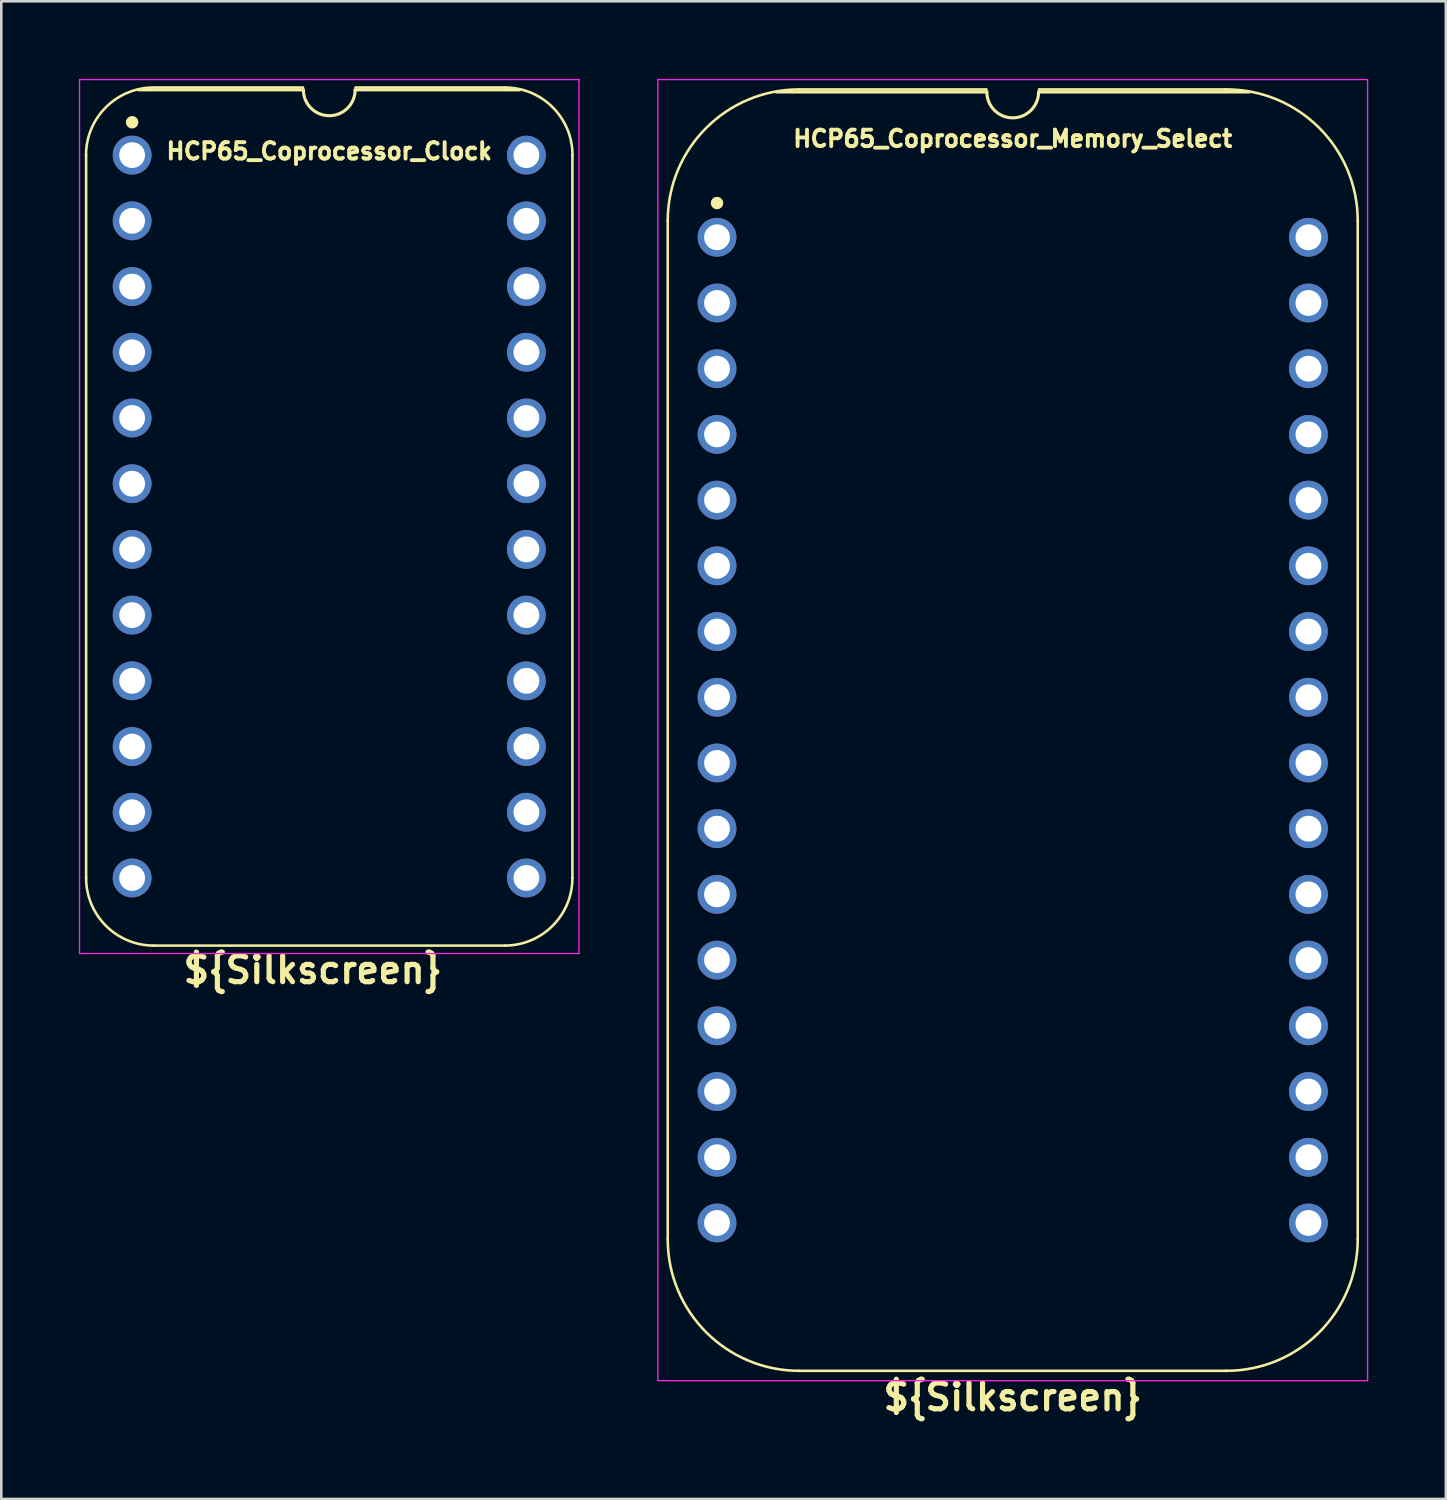
<source format=kicad_pcb>
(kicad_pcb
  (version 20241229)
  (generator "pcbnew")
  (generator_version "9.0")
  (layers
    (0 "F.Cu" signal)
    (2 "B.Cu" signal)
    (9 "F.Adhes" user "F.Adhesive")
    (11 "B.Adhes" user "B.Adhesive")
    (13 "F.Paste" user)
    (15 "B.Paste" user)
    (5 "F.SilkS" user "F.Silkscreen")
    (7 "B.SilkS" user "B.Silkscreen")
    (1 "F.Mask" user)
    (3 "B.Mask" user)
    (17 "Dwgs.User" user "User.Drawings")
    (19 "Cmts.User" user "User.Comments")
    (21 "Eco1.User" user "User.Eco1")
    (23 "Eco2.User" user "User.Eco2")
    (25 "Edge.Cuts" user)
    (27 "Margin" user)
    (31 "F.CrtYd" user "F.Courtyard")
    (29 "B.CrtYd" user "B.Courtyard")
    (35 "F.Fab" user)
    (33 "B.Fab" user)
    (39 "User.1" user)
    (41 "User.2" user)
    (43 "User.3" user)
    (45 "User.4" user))
  (footprint "HCP65_Coprocessor_Clock"
    (layer "F.Cu")
    (at 2.057 2.946)
    (property "Reference" "HCP65_Coprocessor_Clock" (at 7.62 -0.152 0) (layer "F.SilkS") (effects (font (size 0.635 0.635) (thickness 0.15))))
    (property "Silkscreen" "${Silkscreen}" (at 6.985 31.496 0) (layer "F.SilkS") (effects (font (size 1 1) (thickness 0.2))))
    (attr through_hole)
    (fp_line (start -1.778 27.94) (end -1.778 0) (stroke (width 0.1) (type solid)) (layer "F.SilkS"))
    (fp_line (start 0.832 -2.614) (end 6.604 -2.614) (stroke (width 0.1) (type solid)) (layer "F.SilkS"))
    (fp_line (start 6.62 -2.524) (end 0.254 -2.524) (stroke (width 0.12) (type solid)) (layer "F.SilkS"))
    (fp_line (start 8.636 -2.614) (end 14.408 -2.614) (stroke (width 0.1) (type solid)) (layer "F.SilkS"))
    (fp_line (start 14.404 30.554) (end 0.836 30.554) (stroke (width 0.1) (type solid)) (layer "F.SilkS"))
    (fp_line (start 14.986 -2.524) (end 8.62 -2.524) (stroke (width 0.12) (type solid)) (layer "F.SilkS"))
    (fp_line (start 17.018 27.94) (end 17.018 0) (stroke (width 0.1) (type solid)) (layer "F.SilkS"))
    (fp_arc (start -1.781544 0) (mid -1.016 -1.848188) (end 0.832188 -2.613732) (stroke (width 0.1) (type solid)) (layer "F.SilkS"))
    (fp_arc (start 0.835733 30.553733) (mid -1.012456 29.788189) (end -1.778 27.94) (stroke (width 0.1) (type solid)) (layer "F.SilkS"))
    (fp_arc (start 8.62 -2.524) (mid 7.62 -1.524) (end 6.62 -2.524) (stroke (width 0.12) (type solid)) (layer "F.SilkS"))
    (fp_arc (start 14.407812 -2.613732) (mid 16.256 -1.848188) (end 17.021544 0) (stroke (width 0.1) (type solid)) (layer "F.SilkS"))
    (fp_arc (start 17.018001 27.940001) (mid 16.252456 29.788188) (end 14.404269 30.553733) (stroke (width 0.1) (type solid)) (layer "F.SilkS"))
    (fp_circle (center 0 -1.27) (end 0.18 -1.27) (stroke (width 0.12) (type solid)) (fill yes) (layer "F.SilkS"))
    (fp_line (start -2.032 -2.921) (end -2.032 30.861) (stroke (width 0.05) (type solid)) (layer "F.CrtYd"))
    (fp_line (start -2.032 -2.921) (end 17.272 -2.921) (stroke (width 0.05) (type solid)) (layer "F.CrtYd"))
    (fp_line (start -2.032 30.861) (end 17.272 30.861) (stroke (width 0.05) (type solid)) (layer "F.CrtYd"))
    (fp_line (start 17.272 -2.921) (end 17.272 30.861) (stroke (width 0.05) (type solid)) (layer "F.CrtYd"))
    (pad "1" thru_hole circle (at 0 0) (size 1.5 1.5) (drill 1) (layers "*.Cu" "*.Mask"))
    (pad "2" thru_hole circle (at 0 2.54) (size 1.5 1.5) (drill 1) (layers "*.Cu" "*.Mask"))
    (pad "3" thru_hole circle (at 0 5.08) (size 1.5 1.5) (drill 1) (layers "*.Cu" "*.Mask"))
    (pad "4" thru_hole circle (at 0 7.62) (size 1.5 1.5) (drill 1) (layers "*.Cu" "*.Mask"))
    (pad "5" thru_hole circle (at 0 10.16) (size 1.5 1.5) (drill 1) (layers "*.Cu" "*.Mask"))
    (pad "6" thru_hole circle (at 0 12.7) (size 1.5 1.5) (drill 1) (layers "*.Cu" "*.Mask"))
    (pad "7" thru_hole circle (at 0 15.24) (size 1.5 1.5) (drill 1) (layers "*.Cu" "*.Mask"))
    (pad "8" thru_hole circle (at 0 17.78) (size 1.5 1.5) (drill 1) (layers "*.Cu" "*.Mask"))
    (pad "9" thru_hole circle (at 0 20.32) (size 1.5 1.5) (drill 1) (layers "*.Cu" "*.Mask"))
    (pad "10" thru_hole circle (at 0 22.86) (size 1.5 1.5) (drill 1) (layers "*.Cu" "*.Mask"))
    (pad "11" thru_hole circle (at 0 25.4) (size 1.5 1.5) (drill 1) (layers "*.Cu" "*.Mask"))
    (pad "12" thru_hole circle (at 0 27.94) (size 1.5 1.5) (drill 1) (layers "*.Cu" "*.Mask"))
    (pad "13" thru_hole circle (at 15.24 27.94) (size 1.5 1.5) (drill 1) (layers "*.Cu" "*.Mask"))
    (pad "14" thru_hole circle (at 15.24 25.4) (size 1.5 1.5) (drill 1) (layers "*.Cu" "*.Mask"))
    (pad "15" thru_hole circle (at 15.24 22.86) (size 1.5 1.5) (drill 1) (layers "*.Cu" "*.Mask"))
    (pad "16" thru_hole circle (at 15.24 20.32) (size 1.5 1.5) (drill 1) (layers "*.Cu" "*.Mask"))
    (pad "17" thru_hole circle (at 15.24 17.78) (size 1.5 1.5) (drill 1) (layers "*.Cu" "*.Mask"))
    (pad "18" thru_hole circle (at 15.24 15.24) (size 1.5 1.5) (drill 1) (layers "*.Cu" "*.Mask"))
    (pad "19" thru_hole circle (at 15.24 12.7) (size 1.5 1.5) (drill 1) (layers "*.Cu" "*.Mask"))
    (pad "20" thru_hole circle (at 15.24 10.16) (size 1.5 1.5) (drill 1) (layers "*.Cu" "*.Mask"))
    (pad "21" thru_hole circle (at 15.24 7.62) (size 1.5 1.5) (drill 1) (layers "*.Cu" "*.Mask"))
    (pad "22" thru_hole circle (at 15.24 5.08) (size 1.5 1.5) (drill 1) (layers "*.Cu" "*.Mask"))
    (pad "23" thru_hole circle (at 15.24 2.54) (size 1.5 1.5) (drill 1) (layers "*.Cu" "*.Mask"))
    (pad "24" thru_hole circle (at 15.24 0) (size 1.5 1.5) (drill 1) (layers "*.Cu" "*.Mask")))
  (footprint "HCP65_Coprocessor_Memory_Select"
    (layer "F.Cu")
    (at 24.665 6.121)
    (property "Reference" "HCP65_Coprocessor_Memory_Select" (at 11.43 -3.81 0) (layer "F.SilkS") (effects (font (size 0.635 0.635) (thickness 0.15))))
    (property "Silkscreen" "${Silkscreen}" (at 11.43 44.831 0) (layer "F.SilkS") (effects (font (size 1 1) (thickness 0.2))))
    (attr through_hole)
    (fp_line (start -1.905 -0.635) (end -1.905 38.735) (stroke (width 0.1) (type solid)) (layer "F.SilkS"))
    (fp_line (start 10.414 -5.715) (end 3.175 -5.715) (stroke (width 0.1) (type solid)) (layer "F.SilkS"))
    (fp_line (start 10.43 -5.616) (end 2.286 -5.616) (stroke (width 0.12) (type solid)) (layer "F.SilkS"))
    (fp_line (start 19.685 -5.715) (end 12.446 -5.715) (stroke (width 0.1) (type solid)) (layer "F.SilkS"))
    (fp_line (start 19.685 43.815) (end 3.175 43.815) (stroke (width 0.1) (type solid)) (layer "F.SilkS"))
    (fp_line (start 20.574 -5.616) (end 12.43 -5.616) (stroke (width 0.12) (type solid)) (layer "F.SilkS"))
    (fp_line (start 24.765 38.735) (end 24.765 -0.635) (stroke (width 0.1) (type solid)) (layer "F.SilkS"))
    (fp_arc (start -1.905 -0.635) (mid -0.417102 -4.227102) (end 3.175 -5.715) (stroke (width 0.1) (type solid)) (layer "F.SilkS"))
    (fp_arc (start 3.175 43.815) (mid -0.417102 42.327102) (end -1.905 38.735) (stroke (width 0.1) (type solid)) (layer "F.SilkS"))
    (fp_arc (start 12.43 -5.616) (mid 11.43 -4.616) (end 10.43 -5.616) (stroke (width 0.12) (type solid)) (layer "F.SilkS"))
    (fp_arc (start 19.685 -5.715) (mid 23.277102 -4.227102) (end 24.765 -0.635) (stroke (width 0.1) (type solid)) (layer "F.SilkS"))
    (fp_arc (start 24.765 38.735) (mid 23.277102 42.327102) (end 19.685 43.815) (stroke (width 0.1) (type solid)) (layer "F.SilkS"))
    (fp_circle (center 0 -1.323) (end 0.18 -1.323) (stroke (width 0.12) (type solid)) (fill yes) (layer "F.SilkS"))
    (fp_line (start -2.286 -6.096) (end -2.286 44.196) (stroke (width 0.05) (type solid)) (layer "F.CrtYd"))
    (fp_line (start -2.286 -6.096) (end 25.146 -6.096) (stroke (width 0.05) (type solid)) (layer "F.CrtYd"))
    (fp_line (start -2.286 44.196) (end 25.146 44.196) (stroke (width 0.05) (type solid)) (layer "F.CrtYd"))
    (fp_line (start 25.146 44.196) (end 25.146 -6.096) (stroke (width 0.05) (type solid)) (layer "F.CrtYd"))
    (pad "1" thru_hole circle (at 0 0) (size 1.5 1.5) (drill 1) (layers "*.Cu" "*.Mask"))
    (pad "2" thru_hole circle (at 0 2.54) (size 1.5 1.5) (drill 1) (layers "*.Cu" "*.Mask"))
    (pad "3" thru_hole circle (at 0 5.08) (size 1.5 1.5) (drill 1) (layers "*.Cu" "*.Mask"))
    (pad "4" thru_hole circle (at 0 7.62) (size 1.5 1.5) (drill 1) (layers "*.Cu" "*.Mask"))
    (pad "5" thru_hole circle (at 0 10.16) (size 1.5 1.5) (drill 1) (layers "*.Cu" "*.Mask"))
    (pad "6" thru_hole circle (at 0 12.7) (size 1.5 1.5) (drill 1) (layers "*.Cu" "*.Mask"))
    (pad "7" thru_hole circle (at 0 15.24) (size 1.5 1.5) (drill 1) (layers "*.Cu" "*.Mask"))
    (pad "8" thru_hole circle (at 0 17.78) (size 1.5 1.5) (drill 1) (layers "*.Cu" "*.Mask"))
    (pad "9" thru_hole circle (at 0 20.32) (size 1.5 1.5) (drill 1) (layers "*.Cu" "*.Mask"))
    (pad "10" thru_hole circle (at 0 22.86) (size 1.5 1.5) (drill 1) (layers "*.Cu" "*.Mask"))
    (pad "11" thru_hole circle (at 0 25.4) (size 1.5 1.5) (drill 1) (layers "*.Cu" "*.Mask"))
    (pad "12" thru_hole circle (at 0 27.94) (size 1.5 1.5) (drill 1) (layers "*.Cu" "*.Mask"))
    (pad "13" thru_hole circle (at 0 30.48) (size 1.5 1.5) (drill 1) (layers "*.Cu" "*.Mask"))
    (pad "14" thru_hole circle (at 0 33.02) (size 1.5 1.5) (drill 1) (layers "*.Cu" "*.Mask"))
    (pad "15" thru_hole circle (at 0 35.56) (size 1.5 1.5) (drill 1) (layers "*.Cu" "*.Mask"))
    (pad "16" thru_hole circle (at 0 38.1) (size 1.5 1.5) (drill 1) (layers "*.Cu" "*.Mask"))
    (pad "17" thru_hole circle (at 22.86 38.1) (size 1.5 1.5) (drill 1) (layers "*.Cu" "*.Mask"))
    (pad "18" thru_hole circle (at 22.86 35.56) (size 1.5 1.5) (drill 1) (layers "*.Cu" "*.Mask"))
    (pad "19" thru_hole circle (at 22.86 33.02) (size 1.5 1.5) (drill 1) (layers "*.Cu" "*.Mask"))
    (pad "20" thru_hole circle (at 22.86 30.48) (size 1.5 1.5) (drill 1) (layers "*.Cu" "*.Mask"))
    (pad "21" thru_hole circle (at 22.86 27.94) (size 1.5 1.5) (drill 1) (layers "*.Cu" "*.Mask"))
    (pad "22" thru_hole circle (at 22.86 25.4) (size 1.5 1.5) (drill 1) (layers "*.Cu" "*.Mask"))
    (pad "23" thru_hole circle (at 22.86 22.86) (size 1.5 1.5) (drill 1) (layers "*.Cu" "*.Mask"))
    (pad "24" thru_hole circle (at 22.86 20.32) (size 1.5 1.5) (drill 1) (layers "*.Cu" "*.Mask"))
    (pad "25" thru_hole circle (at 22.86 17.78) (size 1.5 1.5) (drill 1) (layers "*.Cu" "*.Mask"))
    (pad "26" thru_hole circle (at 22.86 15.24) (size 1.5 1.5) (drill 1) (layers "*.Cu" "*.Mask"))
    (pad "27" thru_hole circle (at 22.86 12.7) (size 1.5 1.5) (drill 1) (layers "*.Cu" "*.Mask"))
    (pad "28" thru_hole circle (at 22.86 10.16) (size 1.5 1.5) (drill 1) (layers "*.Cu" "*.Mask"))
    (pad "29" thru_hole circle (at 22.86 7.62) (size 1.5 1.5) (drill 1) (layers "*.Cu" "*.Mask"))
    (pad "30" thru_hole circle (at 22.86 5.08) (size 1.5 1.5) (drill 1) (layers "*.Cu" "*.Mask"))
    (pad "31" thru_hole circle (at 22.86 2.54) (size 1.5 1.5) (drill 1) (layers "*.Cu" "*.Mask"))
    (pad "32" thru_hole circle (at 22.86 0) (size 1.5 1.5) (drill 1) (layers "*.Cu" "*.Mask")))
  (gr_rect
    (start -3 -3)
    (end 52.836 54.888)
    (stroke (width 0.1) (type default))
    (fill no)
    (layer "Edge.Cuts")))
</source>
